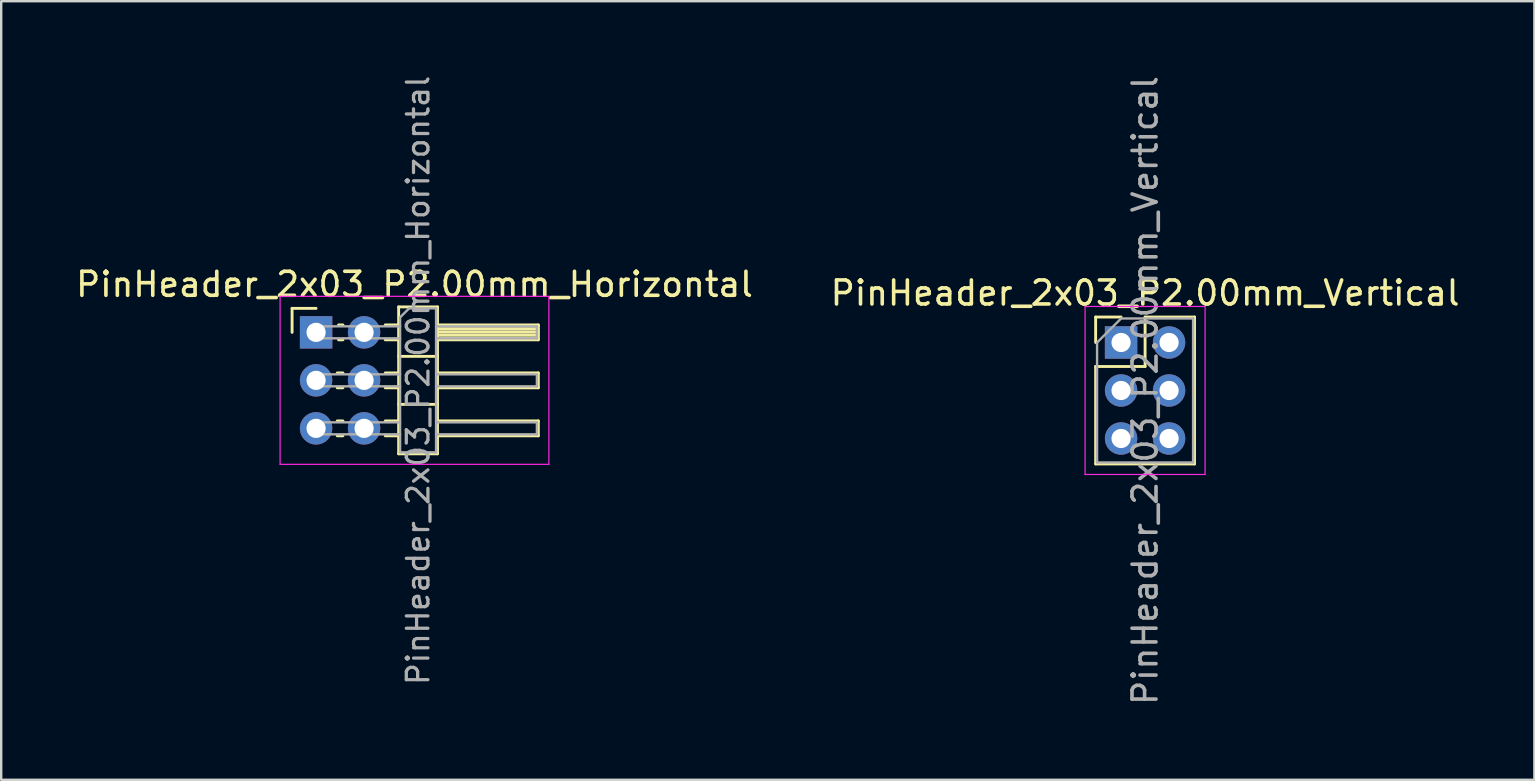
<source format=kicad_pcb>
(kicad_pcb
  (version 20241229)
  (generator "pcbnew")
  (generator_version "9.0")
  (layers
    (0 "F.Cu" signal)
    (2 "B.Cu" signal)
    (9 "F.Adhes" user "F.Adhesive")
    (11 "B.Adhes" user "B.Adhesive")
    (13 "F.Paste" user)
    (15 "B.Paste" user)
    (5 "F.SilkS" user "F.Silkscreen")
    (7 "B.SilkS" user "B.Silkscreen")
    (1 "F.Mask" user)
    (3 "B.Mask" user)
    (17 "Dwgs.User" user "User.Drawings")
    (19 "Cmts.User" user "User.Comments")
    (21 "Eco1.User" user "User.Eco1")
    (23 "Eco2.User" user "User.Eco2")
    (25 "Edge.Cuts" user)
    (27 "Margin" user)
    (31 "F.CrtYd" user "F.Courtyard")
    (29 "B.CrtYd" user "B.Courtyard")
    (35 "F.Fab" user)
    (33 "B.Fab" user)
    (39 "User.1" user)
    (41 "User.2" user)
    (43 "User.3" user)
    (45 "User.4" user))
  (footprint "PinHeader_2x03_P2.00mm_Horizontal"
    (layer "F.Cu")
    (at 10.12 10.798)
    (property "Reference" "PinHeader_2x03_P2.00mm_Horizontal" (at 4.1 -2 0) (layer "F.SilkS") (effects (font (size 1 1) (thickness 0.15))))
    (attr through_hole)
    (fp_line (start -1 -1) (end 0 -1) (stroke (width 0.12) (type solid)) (layer "F.SilkS"))
    (fp_line (start -1 0) (end -1 -1) (stroke (width 0.12) (type solid)) (layer "F.SilkS"))
    (fp_line (start 0.882 1.69) (end 1.118 1.69) (stroke (width 0.12) (type solid)) (layer "F.SilkS"))
    (fp_line (start 0.882 2.31) (end 1.118 2.31) (stroke (width 0.12) (type solid)) (layer "F.SilkS"))
    (fp_line (start 0.882 3.69) (end 1.118 3.69) (stroke (width 0.12) (type solid)) (layer "F.SilkS"))
    (fp_line (start 0.882 4.31) (end 1.118 4.31) (stroke (width 0.12) (type solid)) (layer "F.SilkS"))
    (fp_line (start 0.935 -0.31) (end 1.118 -0.31) (stroke (width 0.12) (type solid)) (layer "F.SilkS"))
    (fp_line (start 0.935 0.31) (end 1.118 0.31) (stroke (width 0.12) (type solid)) (layer "F.SilkS"))
    (fp_line (start 2.882 -0.31) (end 3.44 -0.31) (stroke (width 0.12) (type solid)) (layer "F.SilkS"))
    (fp_line (start 2.882 0.31) (end 3.44 0.31) (stroke (width 0.12) (type solid)) (layer "F.SilkS"))
    (fp_line (start 2.882 1.69) (end 3.44 1.69) (stroke (width 0.12) (type solid)) (layer "F.SilkS"))
    (fp_line (start 2.882 2.31) (end 3.44 2.31) (stroke (width 0.12) (type solid)) (layer "F.SilkS"))
    (fp_line (start 2.882 3.69) (end 3.44 3.69) (stroke (width 0.12) (type solid)) (layer "F.SilkS"))
    (fp_line (start 2.882 4.31) (end 3.44 4.31) (stroke (width 0.12) (type solid)) (layer "F.SilkS"))
    (fp_line (start 3.44 -1.06) (end 3.44 5.06) (stroke (width 0.12) (type solid)) (layer "F.SilkS"))
    (fp_line (start 3.44 1) (end 5.06 1) (stroke (width 0.12) (type solid)) (layer "F.SilkS"))
    (fp_line (start 3.44 3) (end 5.06 3) (stroke (width 0.12) (type solid)) (layer "F.SilkS"))
    (fp_line (start 3.44 5.06) (end 5.06 5.06) (stroke (width 0.12) (type solid)) (layer "F.SilkS"))
    (fp_line (start 5.06 -1.06) (end 3.44 -1.06) (stroke (width 0.12) (type solid)) (layer "F.SilkS"))
    (fp_line (start 5.06 -0.31) (end 9.26 -0.31) (stroke (width 0.12) (type solid)) (layer "F.SilkS"))
    (fp_line (start 5.06 -0.25) (end 9.26 -0.25) (stroke (width 0.12) (type solid)) (layer "F.SilkS"))
    (fp_line (start 5.06 -0.13) (end 9.26 -0.13) (stroke (width 0.12) (type solid)) (layer "F.SilkS"))
    (fp_line (start 5.06 -0.01) (end 9.26 -0.01) (stroke (width 0.12) (type solid)) (layer "F.SilkS"))
    (fp_line (start 5.06 0.11) (end 9.26 0.11) (stroke (width 0.12) (type solid)) (layer "F.SilkS"))
    (fp_line (start 5.06 0.23) (end 9.26 0.23) (stroke (width 0.12) (type solid)) (layer "F.SilkS"))
    (fp_line (start 5.06 1.69) (end 9.26 1.69) (stroke (width 0.12) (type solid)) (layer "F.SilkS"))
    (fp_line (start 5.06 3.69) (end 9.26 3.69) (stroke (width 0.12) (type solid)) (layer "F.SilkS"))
    (fp_line (start 5.06 5.06) (end 5.06 -1.06) (stroke (width 0.12) (type solid)) (layer "F.SilkS"))
    (fp_line (start 9.26 -0.31) (end 9.26 0.31) (stroke (width 0.12) (type solid)) (layer "F.SilkS"))
    (fp_line (start 9.26 0.31) (end 5.06 0.31) (stroke (width 0.12) (type solid)) (layer "F.SilkS"))
    (fp_line (start 9.26 1.69) (end 9.26 2.31) (stroke (width 0.12) (type solid)) (layer "F.SilkS"))
    (fp_line (start 9.26 2.31) (end 5.06 2.31) (stroke (width 0.12) (type solid)) (layer "F.SilkS"))
    (fp_line (start 9.26 3.69) (end 9.26 4.31) (stroke (width 0.12) (type solid)) (layer "F.SilkS"))
    (fp_line (start 9.26 4.31) (end 5.06 4.31) (stroke (width 0.12) (type solid)) (layer "F.SilkS"))
    (fp_line (start -1.5 -1.5) (end -1.5 5.5) (stroke (width 0.05) (type solid)) (layer "F.CrtYd"))
    (fp_line (start -1.5 5.5) (end 9.7 5.5) (stroke (width 0.05) (type solid)) (layer "F.CrtYd"))
    (fp_line (start 9.7 -1.5) (end -1.5 -1.5) (stroke (width 0.05) (type solid)) (layer "F.CrtYd"))
    (fp_line (start 9.7 5.5) (end 9.7 -1.5) (stroke (width 0.05) (type solid)) (layer "F.CrtYd"))
    (fp_line (start -0.25 -0.25) (end -0.25 0.25) (stroke (width 0.1) (type solid)) (layer "F.Fab"))
    (fp_line (start -0.25 -0.25) (end 3.5 -0.25) (stroke (width 0.1) (type solid)) (layer "F.Fab"))
    (fp_line (start -0.25 0.25) (end 3.5 0.25) (stroke (width 0.1) (type solid)) (layer "F.Fab"))
    (fp_line (start -0.25 1.75) (end -0.25 2.25) (stroke (width 0.1) (type solid)) (layer "F.Fab"))
    (fp_line (start -0.25 1.75) (end 3.5 1.75) (stroke (width 0.1) (type solid)) (layer "F.Fab"))
    (fp_line (start -0.25 2.25) (end 3.5 2.25) (stroke (width 0.1) (type solid)) (layer "F.Fab"))
    (fp_line (start -0.25 3.75) (end -0.25 4.25) (stroke (width 0.1) (type solid)) (layer "F.Fab"))
    (fp_line (start -0.25 3.75) (end 3.5 3.75) (stroke (width 0.1) (type solid)) (layer "F.Fab"))
    (fp_line (start -0.25 4.25) (end 3.5 4.25) (stroke (width 0.1) (type solid)) (layer "F.Fab"))
    (fp_line (start 3.5 -0.625) (end 3.875 -1) (stroke (width 0.1) (type solid)) (layer "F.Fab"))
    (fp_line (start 3.5 5) (end 3.5 -0.625) (stroke (width 0.1) (type solid)) (layer "F.Fab"))
    (fp_line (start 3.875 -1) (end 5 -1) (stroke (width 0.1) (type solid)) (layer "F.Fab"))
    (fp_line (start 5 -1) (end 5 5) (stroke (width 0.1) (type solid)) (layer "F.Fab"))
    (fp_line (start 5 -0.25) (end 9.2 -0.25) (stroke (width 0.1) (type solid)) (layer "F.Fab"))
    (fp_line (start 5 0.25) (end 9.2 0.25) (stroke (width 0.1) (type solid)) (layer "F.Fab"))
    (fp_line (start 5 1.75) (end 9.2 1.75) (stroke (width 0.1) (type solid)) (layer "F.Fab"))
    (fp_line (start 5 2.25) (end 9.2 2.25) (stroke (width 0.1) (type solid)) (layer "F.Fab"))
    (fp_line (start 5 3.75) (end 9.2 3.75) (stroke (width 0.1) (type solid)) (layer "F.Fab"))
    (fp_line (start 5 4.25) (end 9.2 4.25) (stroke (width 0.1) (type solid)) (layer "F.Fab"))
    (fp_line (start 5 5) (end 3.5 5) (stroke (width 0.1) (type solid)) (layer "F.Fab"))
    (fp_line (start 9.2 -0.25) (end 9.2 0.25) (stroke (width 0.1) (type solid)) (layer "F.Fab"))
    (fp_line (start 9.2 1.75) (end 9.2 2.25) (stroke (width 0.1) (type solid)) (layer "F.Fab"))
    (fp_line (start 9.2 3.75) (end 9.2 4.25) (stroke (width 0.1) (type solid)) (layer "F.Fab"))
    (fp_text user "${REFERENCE}" (at 4.25 2 90) (layer "F.Fab") (effects (font (size 0.9 0.9) (thickness 0.135))))
    (pad "1" thru_hole rect (at 0 0) (size 1.35 1.35) (drill 0.8) (layers "*.Cu" "*.Mask"))
    (pad "2" thru_hole oval (at 2 0) (size 1.35 1.35) (drill 0.8) (layers "*.Cu" "*.Mask"))
    (pad "3" thru_hole oval (at 0 2) (size 1.35 1.35) (drill 0.8) (layers "*.Cu" "*.Mask"))
    (pad "4" thru_hole oval (at 2 2) (size 1.35 1.35) (drill 0.8) (layers "*.Cu" "*.Mask"))
    (pad "5" thru_hole oval (at 0 4) (size 1.35 1.35) (drill 0.8) (layers "*.Cu" "*.Mask"))
    (pad "6" thru_hole oval (at 2 4) (size 1.35 1.35) (drill 0.8) (layers "*.Cu" "*.Mask")))
  (footprint "PinHeader_2x03_P2.00mm_Vertical"
    (layer "F.Cu")
    (at 43.661 11.22)
    (property "Reference" "PinHeader_2x03_P2.00mm_Vertical" (at 1 -2.06 0) (layer "F.SilkS") (effects (font (size 1 1) (thickness 0.15))))
    (attr through_hole)
    (fp_line (start -1.06 -1.06) (end 0 -1.06) (stroke (width 0.12) (type solid)) (layer "F.SilkS"))
    (fp_line (start -1.06 0) (end -1.06 -1.06) (stroke (width 0.12) (type solid)) (layer "F.SilkS"))
    (fp_line (start -1.06 1) (end -1.06 5.06) (stroke (width 0.12) (type solid)) (layer "F.SilkS"))
    (fp_line (start -1.06 1) (end 1 1) (stroke (width 0.12) (type solid)) (layer "F.SilkS"))
    (fp_line (start -1.06 5.06) (end 3.06 5.06) (stroke (width 0.12) (type solid)) (layer "F.SilkS"))
    (fp_line (start 1 -1.06) (end 3.06 -1.06) (stroke (width 0.12) (type solid)) (layer "F.SilkS"))
    (fp_line (start 1 1) (end 1 -1.06) (stroke (width 0.12) (type solid)) (layer "F.SilkS"))
    (fp_line (start 3.06 -1.06) (end 3.06 5.06) (stroke (width 0.12) (type solid)) (layer "F.SilkS"))
    (fp_line (start -1.5 -1.5) (end -1.5 5.5) (stroke (width 0.05) (type solid)) (layer "F.CrtYd"))
    (fp_line (start -1.5 5.5) (end 3.5 5.5) (stroke (width 0.05) (type solid)) (layer "F.CrtYd"))
    (fp_line (start 3.5 -1.5) (end -1.5 -1.5) (stroke (width 0.05) (type solid)) (layer "F.CrtYd"))
    (fp_line (start 3.5 5.5) (end 3.5 -1.5) (stroke (width 0.05) (type solid)) (layer "F.CrtYd"))
    (fp_line (start -1 0) (end 0 -1) (stroke (width 0.1) (type solid)) (layer "F.Fab"))
    (fp_line (start -1 5) (end -1 0) (stroke (width 0.1) (type solid)) (layer "F.Fab"))
    (fp_line (start 0 -1) (end 3 -1) (stroke (width 0.1) (type solid)) (layer "F.Fab"))
    (fp_line (start 3 -1) (end 3 5) (stroke (width 0.1) (type solid)) (layer "F.Fab"))
    (fp_line (start 3 5) (end -1 5) (stroke (width 0.1) (type solid)) (layer "F.Fab"))
    (fp_text user "${REFERENCE}" (at 1 2 90) (layer "F.Fab") (effects (font (size 1 1) (thickness 0.15))))
    (pad "1" thru_hole rect (at 0 0) (size 1.35 1.35) (drill 0.8) (layers "*.Cu" "*.Mask"))
    (pad "2" thru_hole oval (at 2 0) (size 1.35 1.35) (drill 0.8) (layers "*.Cu" "*.Mask"))
    (pad "3" thru_hole oval (at 0 2) (size 1.35 1.35) (drill 0.8) (layers "*.Cu" "*.Mask"))
    (pad "4" thru_hole oval (at 2 2) (size 1.35 1.35) (drill 0.8) (layers "*.Cu" "*.Mask"))
    (pad "5" thru_hole oval (at 0 4) (size 1.35 1.35) (drill 0.8) (layers "*.Cu" "*.Mask"))
    (pad "6" thru_hole oval (at 2 4) (size 1.35 1.35) (drill 0.8) (layers "*.Cu" "*.Mask")))
  (gr_rect
    (start -3 -3)
    (end 60.881 29.44)
    (stroke (width 0.1) (type default))
    (fill no)
    (layer "Edge.Cuts")))
</source>
